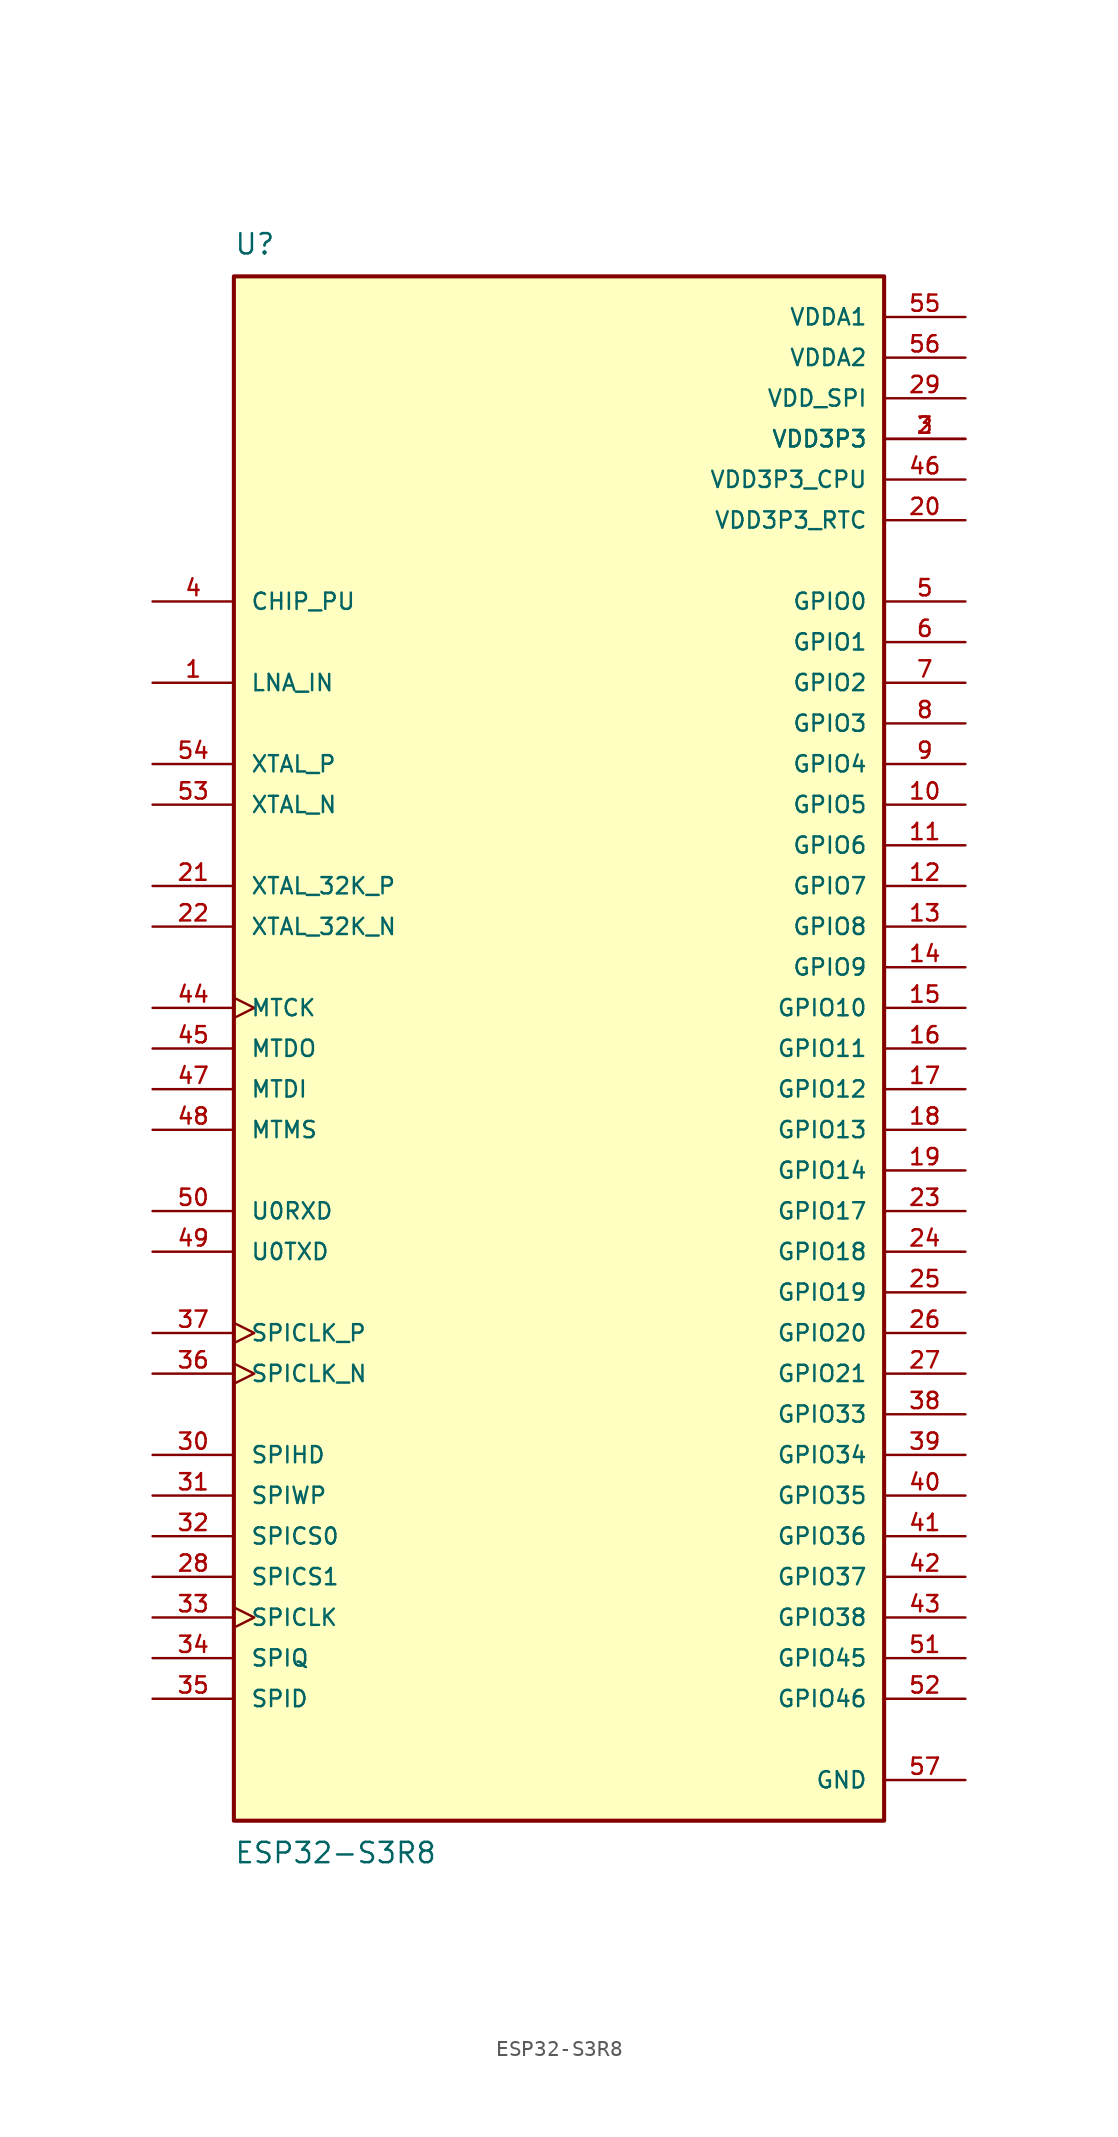
<source format=kicad_sym>
(kicad_symbol_lib
  (version 20211014)
  (generator kicad_symbol_editor)
  (symbol "ESP32-S3R8"
    (pin_names
      (offset 1.016))
    (property "Reference" "U"
      (at -20.32 49.53 0)
      (effects (font (size 1.27 1.27)) (justify bottom left)))
    (property "Value" "ESP32-S3R8"
      (at -20.32 -49.53 0)
      (effects (font (size 1.27 1.27)) (justify top left)))
    (symbol "ESP32-S3R8_0_0"
      (rectangle (start -20.32 -48.26) (end 20.32 48.26) (stroke (width 0.254)) (fill (type background)))
      (pin power_in line (at 25.4 40.64 180.0) (length 5.08) (name "VDD_SPI" (effects (font (size 1.016 1.016)))) (number "29" (effects (font (size 1.016 1.016)))))
      (pin power_in line (at 25.4 38.1 180.0) (length 5.08) (name "VDD3P3" (effects (font (size 1.016 1.016)))) (number "2" (effects (font (size 1.016 1.016)))))
      (pin power_in line (at 25.4 38.1 180.0) (length 5.08) (name "VDD3P3" (effects (font (size 1.016 1.016)))) (number "3" (effects (font (size 1.016 1.016)))))
      (pin power_in line (at 25.4 35.56 180.0) (length 5.08) (name "VDD3P3_CPU" (effects (font (size 1.016 1.016)))) (number "46" (effects (font (size 1.016 1.016)))))
      (pin power_in line (at 25.4 33.02 180.0) (length 5.08) (name "VDD3P3_RTC" (effects (font (size 1.016 1.016)))) (number "20" (effects (font (size 1.016 1.016)))))
      (pin power_in line (at 25.4 45.72 180.0) (length 5.08) (name "VDDA1" (effects (font (size 1.016 1.016)))) (number "55" (effects (font (size 1.016 1.016)))))
      (pin power_in line (at 25.4 43.18 180.0) (length 5.08) (name "VDDA2" (effects (font (size 1.016 1.016)))) (number "56" (effects (font (size 1.016 1.016)))))
      (pin input line (at -25.4 27.94 0) (length 5.08) (name "CHIP_PU" (effects (font (size 1.016 1.016)))) (number "4" (effects (font (size 1.016 1.016)))))
      (pin input line (at -25.4 17.78 0) (length 5.08) (name "XTAL_P" (effects (font (size 1.016 1.016)))) (number "54" (effects (font (size 1.016 1.016)))))
      (pin bidirectional line (at 25.4 27.94 180.0) (length 5.08) (name "GPIO0" (effects (font (size 1.016 1.016)))) (number "5" (effects (font (size 1.016 1.016)))))
      (pin bidirectional line (at 25.4 25.4 180.0) (length 5.08) (name "GPIO1" (effects (font (size 1.016 1.016)))) (number "6" (effects (font (size 1.016 1.016)))))
      (pin bidirectional line (at 25.4 2.54 180.0) (length 5.08) (name "GPIO10" (effects (font (size 1.016 1.016)))) (number "15" (effects (font (size 1.016 1.016)))))
      (pin bidirectional line (at 25.4 0.0 180.0) (length 5.08) (name "GPIO11" (effects (font (size 1.016 1.016)))) (number "16" (effects (font (size 1.016 1.016)))))
      (pin bidirectional line (at 25.4 -2.54 180.0) (length 5.08) (name "GPIO12" (effects (font (size 1.016 1.016)))) (number "17" (effects (font (size 1.016 1.016)))))
      (pin bidirectional line (at 25.4 -5.08 180.0) (length 5.08) (name "GPIO13" (effects (font (size 1.016 1.016)))) (number "18" (effects (font (size 1.016 1.016)))))
      (pin bidirectional line (at 25.4 -7.62 180.0) (length 5.08) (name "GPIO14" (effects (font (size 1.016 1.016)))) (number "19" (effects (font (size 1.016 1.016)))))
      (pin bidirectional line (at 25.4 -10.16 180.0) (length 5.08) (name "GPIO17" (effects (font (size 1.016 1.016)))) (number "23" (effects (font (size 1.016 1.016)))))
      (pin bidirectional line (at 25.4 -12.7 180.0) (length 5.08) (name "GPIO18" (effects (font (size 1.016 1.016)))) (number "24" (effects (font (size 1.016 1.016)))))
      (pin bidirectional line (at 25.4 -15.24 180.0) (length 5.08) (name "GPIO19" (effects (font (size 1.016 1.016)))) (number "25" (effects (font (size 1.016 1.016)))))
      (pin bidirectional line (at 25.4 22.86 180.0) (length 5.08) (name "GPIO2" (effects (font (size 1.016 1.016)))) (number "7" (effects (font (size 1.016 1.016)))))
      (pin bidirectional line (at 25.4 -17.78 180.0) (length 5.08) (name "GPIO20" (effects (font (size 1.016 1.016)))) (number "26" (effects (font (size 1.016 1.016)))))
      (pin bidirectional line (at 25.4 -20.32 180.0) (length 5.08) (name "GPIO21" (effects (font (size 1.016 1.016)))) (number "27" (effects (font (size 1.016 1.016)))))
      (pin bidirectional line (at 25.4 20.32 180.0) (length 5.08) (name "GPIO3" (effects (font (size 1.016 1.016)))) (number "8" (effects (font (size 1.016 1.016)))))
      (pin bidirectional line (at 25.4 -22.86 180.0) (length 5.08) (name "GPIO33" (effects (font (size 1.016 1.016)))) (number "38" (effects (font (size 1.016 1.016)))))
      (pin bidirectional line (at 25.4 -25.4 180.0) (length 5.08) (name "GPIO34" (effects (font (size 1.016 1.016)))) (number "39" (effects (font (size 1.016 1.016)))))
      (pin bidirectional line (at 25.4 -27.94 180.0) (length 5.08) (name "GPIO35" (effects (font (size 1.016 1.016)))) (number "40" (effects (font (size 1.016 1.016)))))
      (pin bidirectional line (at 25.4 -30.48 180.0) (length 5.08) (name "GPIO36" (effects (font (size 1.016 1.016)))) (number "41" (effects (font (size 1.016 1.016)))))
      (pin bidirectional line (at 25.4 -33.02 180.0) (length 5.08) (name "GPIO37" (effects (font (size 1.016 1.016)))) (number "42" (effects (font (size 1.016 1.016)))))
      (pin bidirectional line (at 25.4 -35.56 180.0) (length 5.08) (name "GPIO38" (effects (font (size 1.016 1.016)))) (number "43" (effects (font (size 1.016 1.016)))))
      (pin bidirectional line (at 25.4 17.78 180.0) (length 5.08) (name "GPIO4" (effects (font (size 1.016 1.016)))) (number "9" (effects (font (size 1.016 1.016)))))
      (pin bidirectional line (at 25.4 -38.1 180.0) (length 5.08) (name "GPIO45" (effects (font (size 1.016 1.016)))) (number "51" (effects (font (size 1.016 1.016)))))
      (pin bidirectional line (at 25.4 -40.64 180.0) (length 5.08) (name "GPIO46" (effects (font (size 1.016 1.016)))) (number "52" (effects (font (size 1.016 1.016)))))
      (pin output line (at -25.4 15.24 0) (length 5.08) (name "XTAL_N" (effects (font (size 1.016 1.016)))) (number "53" (effects (font (size 1.016 1.016)))))
      (pin bidirectional line (at 25.4 15.24 180.0) (length 5.08) (name "GPIO5" (effects (font (size 1.016 1.016)))) (number "10" (effects (font (size 1.016 1.016)))))
      (pin bidirectional line (at 25.4 12.7 180.0) (length 5.08) (name "GPIO6" (effects (font (size 1.016 1.016)))) (number "11" (effects (font (size 1.016 1.016)))))
      (pin bidirectional line (at 25.4 10.16 180.0) (length 5.08) (name "GPIO7" (effects (font (size 1.016 1.016)))) (number "12" (effects (font (size 1.016 1.016)))))
      (pin bidirectional line (at 25.4 7.62 180.0) (length 5.08) (name "GPIO8" (effects (font (size 1.016 1.016)))) (number "13" (effects (font (size 1.016 1.016)))))
      (pin bidirectional line (at 25.4 5.08 180.0) (length 5.08) (name "GPIO9" (effects (font (size 1.016 1.016)))) (number "14" (effects (font (size 1.016 1.016)))))
      (pin bidirectional line (at -25.4 22.86 0) (length 5.08) (name "LNA_IN" (effects (font (size 1.016 1.016)))) (number "1" (effects (font (size 1.016 1.016)))))
      (pin bidirectional clock (at -25.4 2.54 0) (length 5.08) (name "MTCK" (effects (font (size 1.016 1.016)))) (number "44" (effects (font (size 1.016 1.016)))))
      (pin bidirectional line (at -25.4 -2.54 0) (length 5.08) (name "MTDI" (effects (font (size 1.016 1.016)))) (number "47" (effects (font (size 1.016 1.016)))))
      (pin bidirectional line (at -25.4 0.0 0) (length 5.08) (name "MTDO" (effects (font (size 1.016 1.016)))) (number "45" (effects (font (size 1.016 1.016)))))
      (pin bidirectional line (at -25.4 -5.08 0) (length 5.08) (name "MTMS" (effects (font (size 1.016 1.016)))) (number "48" (effects (font (size 1.016 1.016)))))
      (pin bidirectional clock (at -25.4 -35.56 0) (length 5.08) (name "SPICLK" (effects (font (size 1.016 1.016)))) (number "33" (effects (font (size 1.016 1.016)))))
      (pin bidirectional clock (at -25.4 -20.32 0) (length 5.08) (name "SPICLK_N" (effects (font (size 1.016 1.016)))) (number "36" (effects (font (size 1.016 1.016)))))
      (pin bidirectional clock (at -25.4 -17.78 0) (length 5.08) (name "SPICLK_P" (effects (font (size 1.016 1.016)))) (number "37" (effects (font (size 1.016 1.016)))))
      (pin bidirectional line (at -25.4 -30.48 0) (length 5.08) (name "SPICS0" (effects (font (size 1.016 1.016)))) (number "32" (effects (font (size 1.016 1.016)))))
      (pin bidirectional line (at -25.4 -33.02 0) (length 5.08) (name "SPICS1" (effects (font (size 1.016 1.016)))) (number "28" (effects (font (size 1.016 1.016)))))
      (pin bidirectional line (at -25.4 -40.64 0) (length 5.08) (name "SPID" (effects (font (size 1.016 1.016)))) (number "35" (effects (font (size 1.016 1.016)))))
      (pin bidirectional line (at -25.4 -25.4 0) (length 5.08) (name "SPIHD" (effects (font (size 1.016 1.016)))) (number "30" (effects (font (size 1.016 1.016)))))
      (pin bidirectional line (at -25.4 -38.1 0) (length 5.08) (name "SPIQ" (effects (font (size 1.016 1.016)))) (number "34" (effects (font (size 1.016 1.016)))))
      (pin bidirectional line (at -25.4 -27.94 0) (length 5.08) (name "SPIWP" (effects (font (size 1.016 1.016)))) (number "31" (effects (font (size 1.016 1.016)))))
      (pin bidirectional line (at -25.4 -10.16 0) (length 5.08) (name "U0RXD" (effects (font (size 1.016 1.016)))) (number "50" (effects (font (size 1.016 1.016)))))
      (pin bidirectional line (at -25.4 -12.7 0) (length 5.08) (name "U0TXD" (effects (font (size 1.016 1.016)))) (number "49" (effects (font (size 1.016 1.016)))))
      (pin bidirectional line (at -25.4 7.62 0) (length 5.08) (name "XTAL_32K_N" (effects (font (size 1.016 1.016)))) (number "22" (effects (font (size 1.016 1.016)))))
      (pin bidirectional line (at -25.4 10.16 0) (length 5.08) (name "XTAL_32K_P" (effects (font (size 1.016 1.016)))) (number "21" (effects (font (size 1.016 1.016)))))
      (pin power_in line (at 25.4 -45.72 180.0) (length 5.08) (name "GND" (effects (font (size 1.016 1.016)))) (number "57" (effects (font (size 1.016 1.016))))))))
</source>
